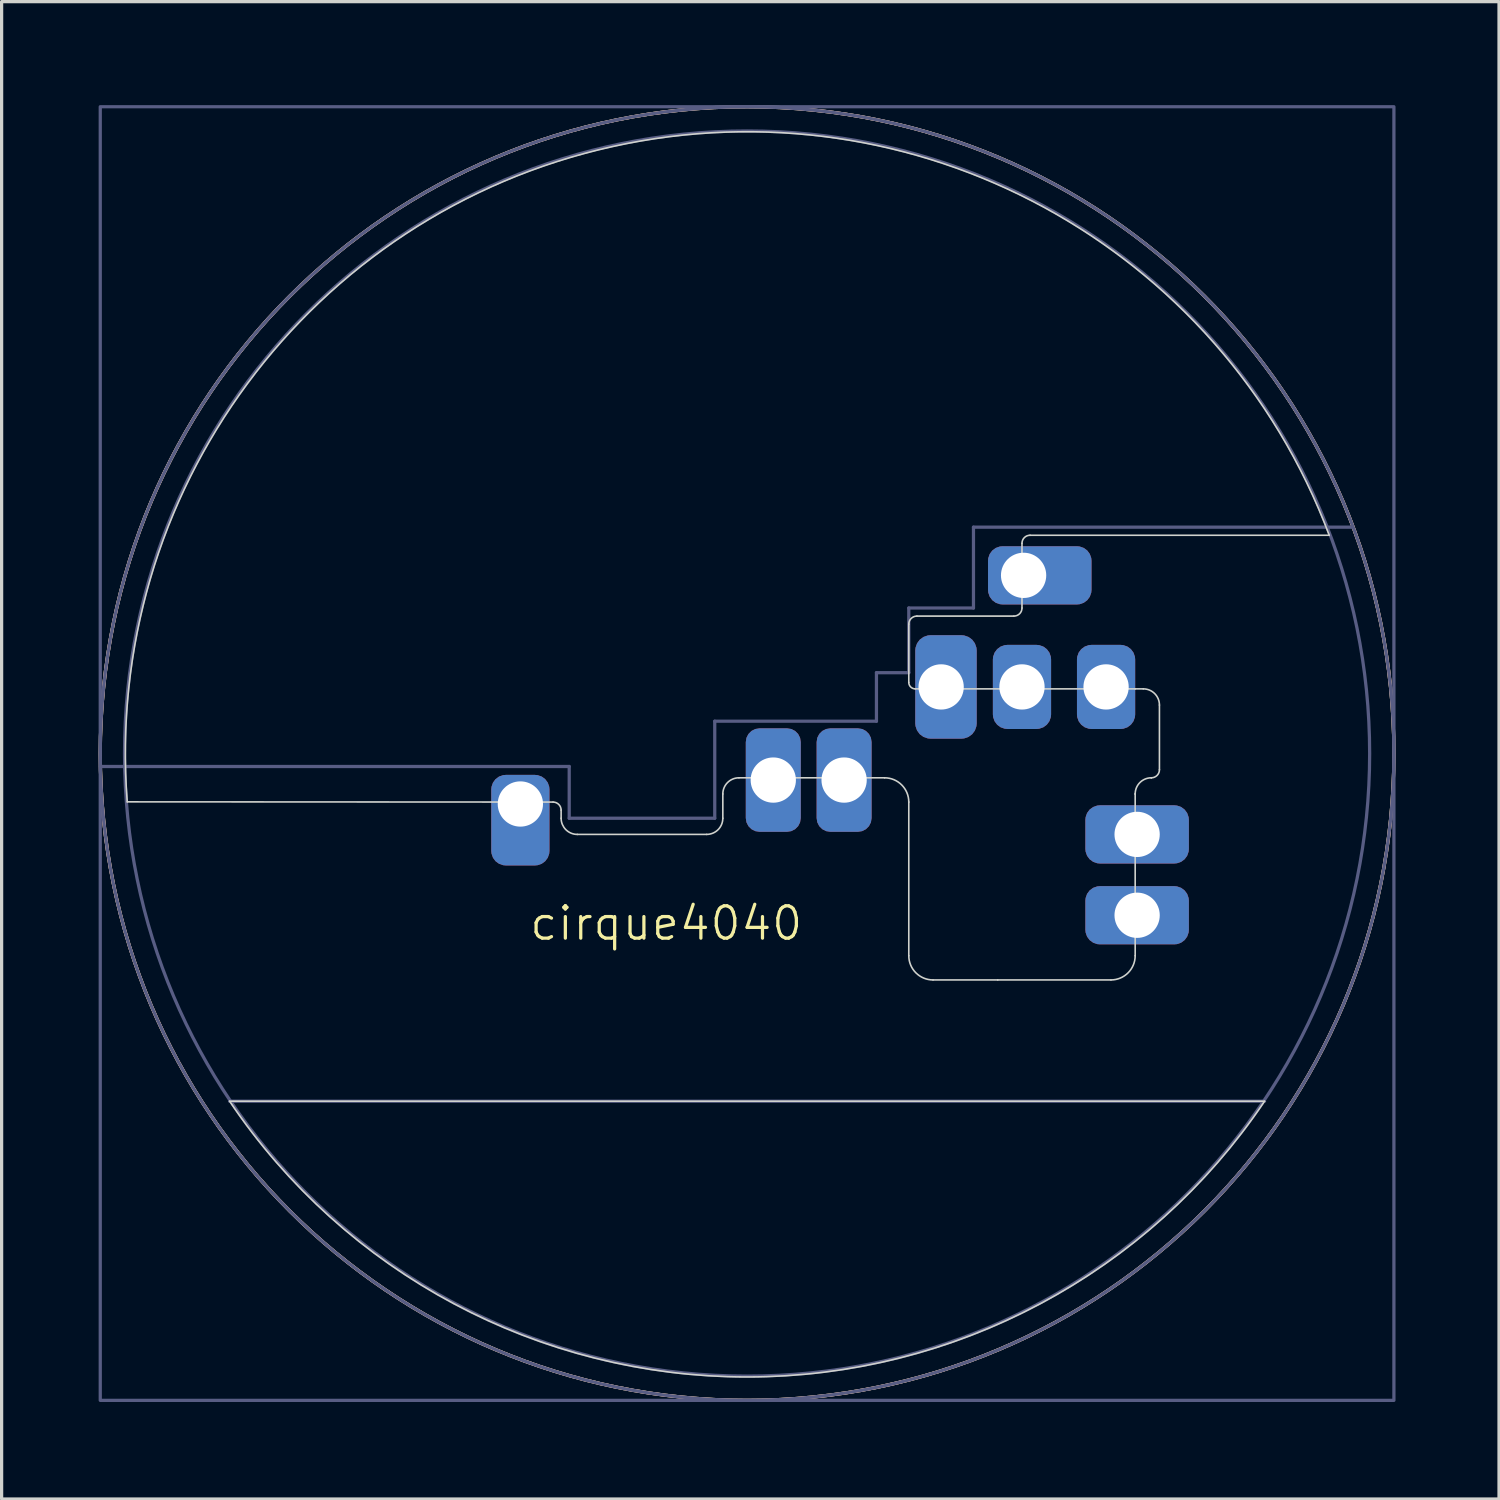
<source format=kicad_pcb>
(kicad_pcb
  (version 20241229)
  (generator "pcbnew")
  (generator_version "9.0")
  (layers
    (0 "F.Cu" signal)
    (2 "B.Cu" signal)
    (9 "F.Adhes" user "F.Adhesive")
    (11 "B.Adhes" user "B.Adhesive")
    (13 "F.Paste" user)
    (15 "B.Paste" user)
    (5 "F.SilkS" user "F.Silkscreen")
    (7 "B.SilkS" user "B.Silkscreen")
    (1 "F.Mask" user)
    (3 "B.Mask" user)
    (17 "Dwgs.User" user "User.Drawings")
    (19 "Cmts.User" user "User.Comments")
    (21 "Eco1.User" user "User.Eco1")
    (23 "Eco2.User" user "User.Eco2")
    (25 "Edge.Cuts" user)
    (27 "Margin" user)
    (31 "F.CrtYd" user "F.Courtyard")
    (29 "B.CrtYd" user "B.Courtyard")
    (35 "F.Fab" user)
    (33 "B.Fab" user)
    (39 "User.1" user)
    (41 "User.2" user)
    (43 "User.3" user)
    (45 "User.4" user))
  (footprint "cirque4040"
    (layer "F.Cu")
    (at 40.05 0.25)
    (property "Reference" "cirque4040" (at -22.5 25.25 0) (unlocked yes) (layer "F.SilkS") (effects (font (size 1 1) (thickness 0.1))))
    (attr smd)
    (fp_circle (center -20 20) (end -40 20) (stroke (width 0.1) (type default)) (fill no) (layer "F.SilkS"))
    (fp_circle (center -20 20) (end -40 20) (stroke (width 0.1) (type default)) (fill no) (layer "B.SilkS"))
    (fp_line (start -26 21.5) (end -39.166 21.493) (stroke (width 0.05) (type default)) (layer "Edge.Cuts"))
    (fp_line (start -25.75 22) (end -25.75 21.75) (stroke (width 0.05) (type default)) (layer "Edge.Cuts"))
    (fp_line (start -21.25 22.5) (end -25.25 22.5) (stroke (width 0.05) (type default)) (layer "Edge.Cuts"))
    (fp_line (start -20.75 21.25) (end -20.75 22) (stroke (width 0.05) (type default)) (layer "Edge.Cuts"))
    (fp_line (start -20.25 20.75) (end -15.75 20.75) (stroke (width 0.05) (type default)) (layer "Edge.Cuts"))
    (fp_line (start -15 16) (end -15 17.8) (stroke (width 0.05) (type default)) (layer "Edge.Cuts"))
    (fp_line (start -15 21.5) (end -15 26.25) (stroke (width 0.05) (type default)) (layer "Edge.Cuts"))
    (fp_line (start -14.8 18) (end -8 18) (stroke (width 0.05) (type default)) (layer "Edge.Cuts"))
    (fp_line (start -14.25 27) (end -12.25 27) (stroke (width 0.05) (type default)) (layer "Edge.Cuts"))
    (fp_line (start -11.75 15.75) (end -14.75 15.75) (stroke (width 0.05) (type default)) (layer "Edge.Cuts"))
    (fp_line (start -11.5 13.5) (end -11.5 15.5) (stroke (width 0.05) (type default)) (layer "Edge.Cuts"))
    (fp_line (start -11.25 13.25) (end -2 13.25) (stroke (width 0.05) (type default)) (layer "Edge.Cuts"))
    (fp_line (start -8.75 27) (end -12.25 27) (stroke (width 0.05) (type default)) (layer "Edge.Cuts"))
    (fp_line (start -8 18) (end -7.75 18) (stroke (width 0.05) (type default)) (layer "Edge.Cuts"))
    (fp_line (start -8 21.25) (end -8 21.25) (stroke (width 0.05) (type default)) (layer "Edge.Cuts"))
    (fp_line (start -8 21.25) (end -8 26.25) (stroke (width 0.05) (type default)) (layer "Edge.Cuts"))
    (fp_line (start -7.5 20.75) (end -7.5 20.75) (stroke (width 0.05) (type default)) (layer "Edge.Cuts"))
    (fp_line (start -7.25 18.5) (end -7.25 20.5) (stroke (width 0.05) (type default)) (layer "Edge.Cuts"))
    (fp_line (start -4 30.75) (end -36 30.75) (stroke (width 0.05) (type default)) (layer "Edge.Cuts"))
    (fp_arc (start -39.16591 21.493448) (mid -24.162745 1.232101) (end -2 13.25) (stroke (width 0.05) (type default)) (layer "Edge.Cuts"))
    (fp_arc (start -26 21.5) (mid -25.823223 21.573223) (end -25.75 21.75) (stroke (width 0.05) (type default)) (layer "Edge.Cuts"))
    (fp_arc (start -25.25 22.5) (mid -25.603553 22.353553) (end -25.75 22) (stroke (width 0.05) (type default)) (layer "Edge.Cuts"))
    (fp_arc (start -20.75 21.25) (mid -20.603553 20.896447) (end -20.25 20.75) (stroke (width 0.05) (type default)) (layer "Edge.Cuts"))
    (fp_arc (start -20.75 22) (mid -20.896447 22.353553) (end -21.25 22.5) (stroke (width 0.05) (type default)) (layer "Edge.Cuts"))
    (fp_arc (start -15.75 20.75) (mid -15.21967 20.96967) (end -15 21.5) (stroke (width 0.05) (type default)) (layer "Edge.Cuts"))
    (fp_arc (start -15 16) (mid -14.926777 15.823223) (end -14.75 15.75) (stroke (width 0.05) (type default)) (layer "Edge.Cuts"))
    (fp_arc (start -14.8 18) (mid -14.941421 17.941421) (end -15 17.8) (stroke (width 0.05) (type default)) (layer "Edge.Cuts"))
    (fp_arc (start -14.25 27) (mid -14.78033 26.78033) (end -15 26.25) (stroke (width 0.05) (type default)) (layer "Edge.Cuts"))
    (fp_arc (start -11.5 13.5) (mid -11.426777 13.323223) (end -11.25 13.25) (stroke (width 0.05) (type default)) (layer "Edge.Cuts"))
    (fp_arc (start -11.5 15.5) (mid -11.573223 15.676777) (end -11.75 15.75) (stroke (width 0.05) (type default)) (layer "Edge.Cuts"))
    (fp_arc (start -8 21.25) (mid -7.853553 20.896447) (end -7.5 20.75) (stroke (width 0.05) (type default)) (layer "Edge.Cuts"))
    (fp_arc (start -8 26.25) (mid -8.21967 26.78033) (end -8.75 27) (stroke (width 0.05) (type default)) (layer "Edge.Cuts"))
    (fp_arc (start -7.75 18) (mid -7.396447 18.146447) (end -7.25 18.5) (stroke (width 0.05) (type default)) (layer "Edge.Cuts"))
    (fp_arc (start -7.25 20.5) (mid -7.323223 20.676777) (end -7.5 20.75) (stroke (width 0.05) (type default)) (layer "Edge.Cuts"))
    (fp_arc (start -4 30.75) (mid -20 39.275957) (end -36 30.75) (stroke (width 0.05) (type default)) (layer "Edge.Cuts"))
    (fp_line (start -25.5 20.4) (end -40 20.4) (stroke (width 0.1) (type default)) (layer "B.Fab"))
    (fp_line (start -25.5 22) (end -25.5 20.4) (stroke (width 0.1) (type default)) (layer "B.Fab"))
    (fp_line (start -21 19) (end -21 22) (stroke (width 0.1) (type default)) (layer "B.Fab"))
    (fp_line (start -21 22) (end -25.5 22) (stroke (width 0.1) (type default)) (layer "B.Fab"))
    (fp_line (start -16 17.5) (end -16 19) (stroke (width 0.1) (type default)) (layer "B.Fab"))
    (fp_line (start -16 19) (end -21 19) (stroke (width 0.1) (type default)) (layer "B.Fab"))
    (fp_line (start -15 15.5) (end -15 17.5) (stroke (width 0.1) (type default)) (layer "B.Fab"))
    (fp_line (start -15 17.5) (end -16 17.5) (stroke (width 0.1) (type default)) (layer "B.Fab"))
    (fp_line (start -13 13) (end -13 15.5) (stroke (width 0.1) (type default)) (layer "B.Fab"))
    (fp_line (start -13 13) (end -1.3 13) (stroke (width 0.1) (type default)) (layer "B.Fab"))
    (fp_line (start -13 15.5) (end -15 15.5) (stroke (width 0.1) (type default)) (layer "B.Fab"))
    (fp_line (start -4 30.75) (end -36 30.75) (stroke (width 0.1) (type default)) (layer "B.Fab"))
    (fp_rect (start 0 0) (end -40 40) (stroke (width 0.1) (type default)) (fill no) (layer "B.Fab"))
    (fp_circle (center -20 20) (end -20 0.75) (stroke (width 0.1) (type default)) (fill no) (layer "B.Fab"))
    (fp_circle (center -20 20) (end 0 20) (stroke (width 0.1) (type default)) (fill no) (layer "B.Fab"))
    (pad "DR" thru_hole roundrect (at -8.9 17.94 270) (size 2.6 1.8) (drill 1.4) (layers "*.Cu" "*.Mask") (roundrect_rratio 0.25))
    (pad "GND" thru_hole roundrect (at -14 17.94 270) (size 3.2 1.9) (drill 1.4 (offset 0 -0.15)) (layers "*.Cu" "*.Mask") (roundrect_rratio 0.25))
    (pad "SCK" thru_hole roundrect (at -11.45 14.49) (size 3.2 1.8) (drill 1.4 (offset 0.5 0)) (layers "*.Cu" "*.Mask") (roundrect_rratio 0.25))
    (pad "SCL" thru_hole roundrect (at -17 20.82 270) (size 3.2 1.7) (drill 1.4) (layers "*.Cu" "*.Mask") (roundrect_rratio 0.25))
    (pad "SDA" thru_hole roundrect (at -19.19 20.82 270) (size 3.2 1.7) (drill 1.4) (layers "*.Cu" "*.Mask") (roundrect_rratio 0.25))
    (pad "SI" thru_hole roundrect (at -11.5 17.94 270) (size 2.6 1.8) (drill 1.4) (layers "*.Cu" "*.Mask") (roundrect_rratio 0.25))
    (pad "SO" thru_hole roundrect (at -7.94 25 180) (size 3.2 1.8) (drill 1.4) (layers "*.Cu" "*.Mask") (roundrect_rratio 0.25))
    (pad "SS" thru_hole roundrect (at -7.94 22.5 180) (size 3.2 1.8) (drill 1.4) (layers "*.Cu" "*.Mask") (roundrect_rratio 0.25))
    (pad "VCC" thru_hole roundrect (at -27.01 21.56 270) (size 2.8 1.8) (drill 1.4 (offset 0.5 0)) (layers "*.Cu" "*.Mask") (roundrect_rratio 0.25)))
  (gr_rect
    (start -3 -3)
    (end 43.3 43.3)
    (stroke (width 0.1) (type default))
    (fill no)
    (layer "Edge.Cuts")))
</source>
